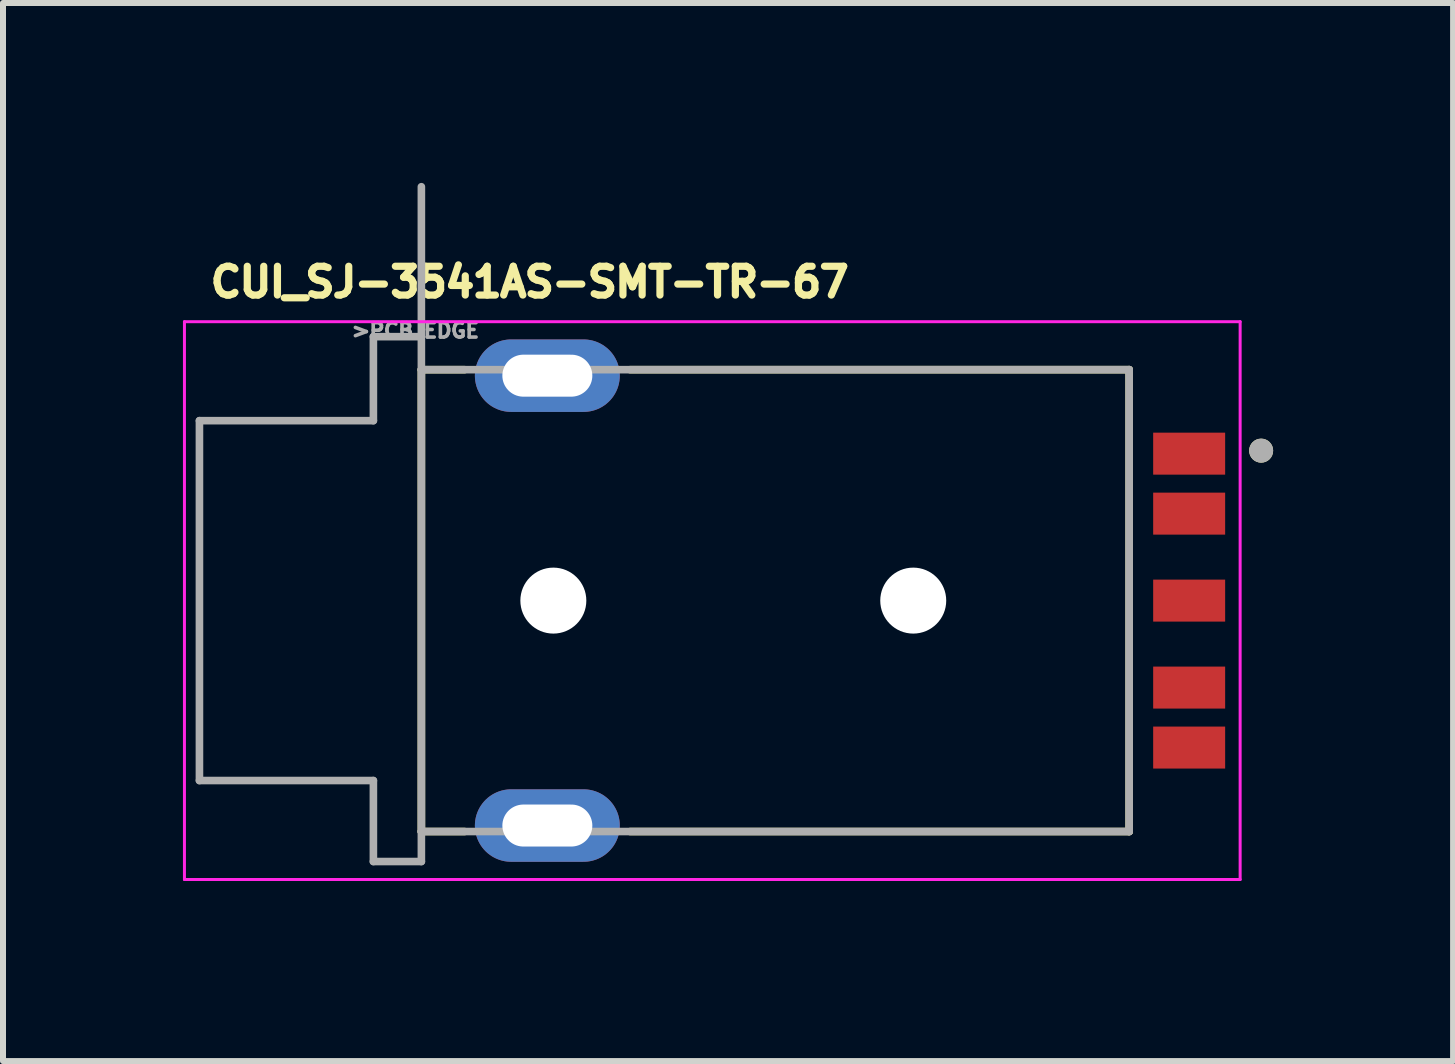
<source format=kicad_pcb>
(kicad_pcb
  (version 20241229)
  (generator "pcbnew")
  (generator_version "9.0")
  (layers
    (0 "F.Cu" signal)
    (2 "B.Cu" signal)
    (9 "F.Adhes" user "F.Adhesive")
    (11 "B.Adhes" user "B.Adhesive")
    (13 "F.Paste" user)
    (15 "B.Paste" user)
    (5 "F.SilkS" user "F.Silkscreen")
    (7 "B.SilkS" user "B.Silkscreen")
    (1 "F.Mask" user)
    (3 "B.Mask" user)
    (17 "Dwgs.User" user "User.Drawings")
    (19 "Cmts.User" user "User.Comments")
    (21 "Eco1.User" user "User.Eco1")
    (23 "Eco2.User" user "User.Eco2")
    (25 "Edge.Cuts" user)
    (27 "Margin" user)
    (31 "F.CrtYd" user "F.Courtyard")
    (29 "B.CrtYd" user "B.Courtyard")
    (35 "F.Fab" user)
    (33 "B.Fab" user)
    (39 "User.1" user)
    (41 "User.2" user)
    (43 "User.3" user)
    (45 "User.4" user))
  (footprint "CUI_SJ-3541AS-SMT-TR-67"
    (layer "F.Cu")
    (at 3.975 6.963)
    (property "Reference" "CUI_SJ-3541AS-SMT-TR-67" (at 1.806 -5.31 0) (layer "F.SilkS") (effects (font (size 0.48 0.48) (thickness 0.15))))
    (attr smd)
    (fp_line (start 0 -3.85) (end 0 3.85) (stroke (width 0.127) (type solid)) (layer "F.SilkS"))
    (fp_line (start 0 -3.85) (end 0.72 -3.85) (stroke (width 0.127) (type solid)) (layer "F.SilkS"))
    (fp_line (start 0 3.85) (end 0.72 3.85) (stroke (width 0.127) (type solid)) (layer "F.SilkS"))
    (fp_line (start 3.48 -3.85) (end 11.8 -3.85) (stroke (width 0.127) (type solid)) (layer "F.SilkS"))
    (fp_line (start 11.8 -3.85) (end 11.8 3.85) (stroke (width 0.127) (type solid)) (layer "F.SilkS"))
    (fp_line (start 11.8 3.85) (end 3.48 3.85) (stroke (width 0.127) (type solid)) (layer "F.SilkS"))
    (fp_circle (center 14 -2.5) (end 14.1 -2.5) (stroke (width 0.2) (type solid)) (fill no) (layer "F.SilkS"))
    (fp_line (start -3.95 -4.65) (end 13.65 -4.65) (stroke (width 0.05) (type solid)) (layer "F.CrtYd"))
    (fp_line (start -3.95 4.65) (end -3.95 -4.65) (stroke (width 0.05) (type solid)) (layer "F.CrtYd"))
    (fp_line (start 13.65 -4.65) (end 13.65 4.65) (stroke (width 0.05) (type solid)) (layer "F.CrtYd"))
    (fp_line (start 13.65 4.65) (end -3.95 4.65) (stroke (width 0.05) (type solid)) (layer "F.CrtYd"))
    (fp_line (start -3.7 -3) (end -0.8 -3) (stroke (width 0.127) (type solid)) (layer "F.Fab"))
    (fp_line (start -3.7 3) (end -3.7 -3) (stroke (width 0.127) (type solid)) (layer "F.Fab"))
    (fp_line (start -0.8 -4.4) (end 0 -4.4) (stroke (width 0.127) (type solid)) (layer "F.Fab"))
    (fp_line (start -0.8 -3) (end -0.8 -4.4) (stroke (width 0.127) (type solid)) (layer "F.Fab"))
    (fp_line (start -0.8 3) (end -3.7 3) (stroke (width 0.127) (type solid)) (layer "F.Fab"))
    (fp_line (start -0.8 4.35) (end -0.8 3) (stroke (width 0.127) (type solid)) (layer "F.Fab"))
    (fp_line (start 0 -4.4) (end 0 -6.9) (stroke (width 0.127) (type solid)) (layer "F.Fab"))
    (fp_line (start 0 -4.4) (end 0 -3.85) (stroke (width 0.127) (type solid)) (layer "F.Fab"))
    (fp_line (start 0 -3.85) (end 11.8 -3.85) (stroke (width 0.127) (type solid)) (layer "F.Fab"))
    (fp_line (start 0 3.85) (end 0 -3.85) (stroke (width 0.127) (type solid)) (layer "F.Fab"))
    (fp_line (start 0 4.35) (end -0.8 4.35) (stroke (width 0.127) (type solid)) (layer "F.Fab"))
    (fp_line (start 0 4.35) (end 0 3.85) (stroke (width 0.127) (type solid)) (layer "F.Fab"))
    (fp_line (start 11.8 -3.85) (end 11.8 3.85) (stroke (width 0.127) (type solid)) (layer "F.Fab"))
    (fp_line (start 11.8 3.85) (end 0 3.85) (stroke (width 0.127) (type solid)) (layer "F.Fab"))
    (fp_circle (center 14 -2.5) (end 14.1 -2.5) (stroke (width 0.2) (type solid)) (fill no) (layer "F.Fab"))
    (fp_text user ">PCB EDGE" (at -0.1 -4.502 0) (layer "F.Fab") (effects (font (size 0.24 0.24) (thickness 0.06))))
    (pad "" np_thru_hole circle (at 2.2 0) (size 1.1 1.1) (drill 1.1) (layers "*.Cu" "*.Mask"))
    (pad "" np_thru_hole circle (at 8.2 0) (size 1.1 1.1) (drill 1.1) (layers "*.Cu" "*.Mask"))
    (pad "1" smd rect (at 12.8 -2.45) (size 1.2 0.7) (layers "F.Cu" "F.Mask" "F.Paste"))
    (pad "2" smd rect (at 12.8 1.45) (size 1.2 0.7) (layers "F.Cu" "F.Mask" "F.Paste"))
    (pad "3" smd rect (at 12.8 0) (size 1.2 0.7) (layers "F.Cu" "F.Mask" "F.Paste"))
    (pad "4" smd rect (at 12.8 2.45) (size 1.2 0.7) (layers "F.Cu" "F.Mask" "F.Paste"))
    (pad "5" smd rect (at 12.8 -1.45) (size 1.2 0.7) (layers "F.Cu" "F.Mask" "F.Paste"))
    (pad "S1" thru_hole oval (at 2.1 -3.75) (size 2.416 1.208) (drill oval 1.5 0.7) (layers "*.Cu" "*.Mask"))
    (pad "S2" thru_hole oval (at 2.1 3.75) (size 2.416 1.208) (drill oval 1.5 0.7) (layers "*.Cu" "*.Mask")))
  (gr_rect
    (start -3 -3)
    (end 21.175 14.639)
    (stroke (width 0.1) (type default))
    (fill no)
    (layer "Edge.Cuts")))
</source>
